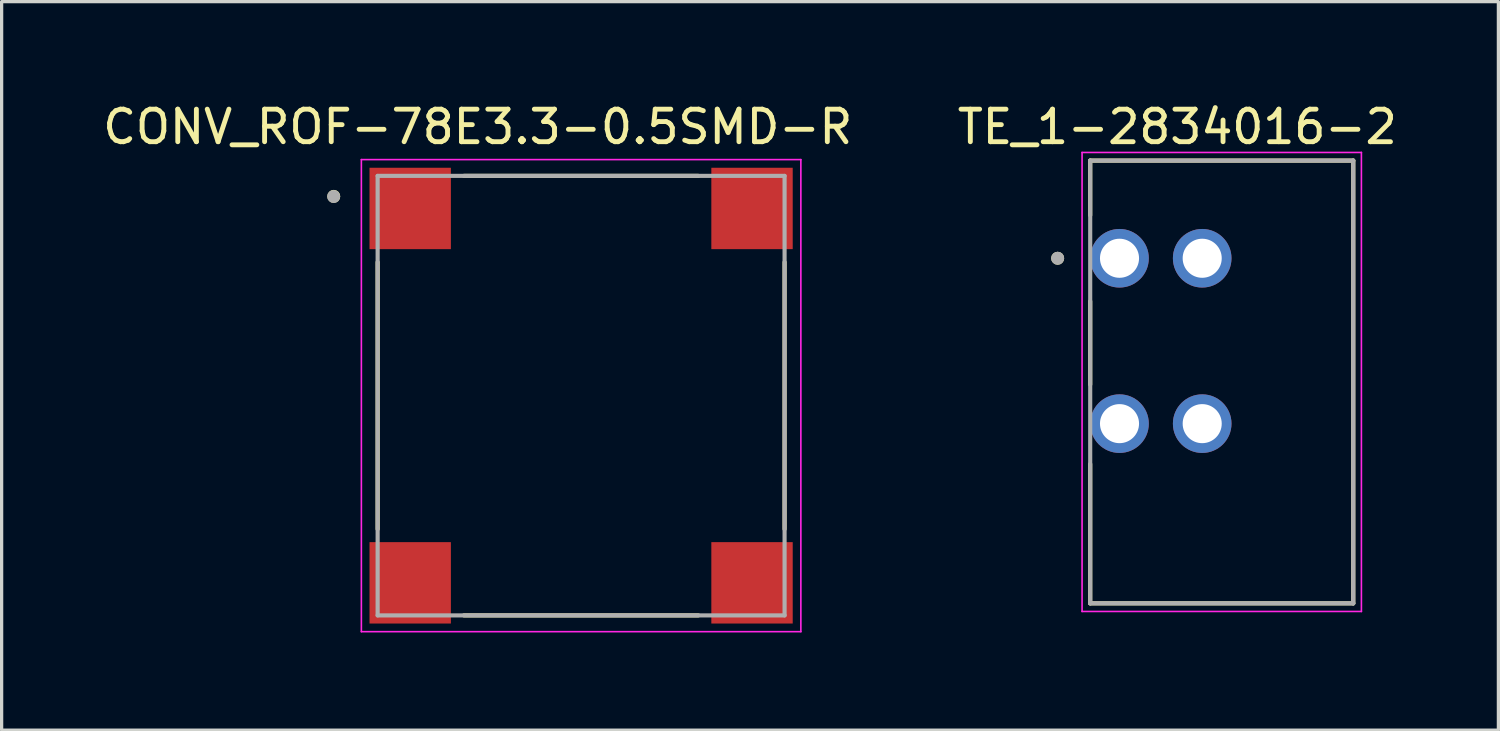
<source format=kicad_pcb>
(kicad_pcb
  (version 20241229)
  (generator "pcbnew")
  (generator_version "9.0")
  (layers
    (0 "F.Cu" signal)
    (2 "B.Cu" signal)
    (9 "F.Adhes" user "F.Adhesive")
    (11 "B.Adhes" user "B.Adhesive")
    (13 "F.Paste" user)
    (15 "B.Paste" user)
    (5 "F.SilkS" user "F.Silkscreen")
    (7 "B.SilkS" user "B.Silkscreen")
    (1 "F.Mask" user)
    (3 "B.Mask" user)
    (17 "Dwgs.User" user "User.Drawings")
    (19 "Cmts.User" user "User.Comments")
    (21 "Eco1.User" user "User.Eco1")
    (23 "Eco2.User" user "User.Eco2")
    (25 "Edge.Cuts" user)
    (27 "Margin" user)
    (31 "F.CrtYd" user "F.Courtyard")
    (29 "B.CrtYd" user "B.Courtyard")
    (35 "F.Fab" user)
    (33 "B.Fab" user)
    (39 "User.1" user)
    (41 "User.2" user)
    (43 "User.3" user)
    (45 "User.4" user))
  (footprint "CONV_ROF-78E3.3-0.5SMD-R"
    (layer "F.Cu")
    (at 14.8 9.103)
    (property "Reference" "CONV_ROF-78E3.3-0.5SMD-R" (at -3.175 -8.255 0) (layer "F.SilkS") (effects (font (size 1 1) (thickness 0.15))))
    (attr through_hole)
    (fp_line (start -6.25 4.1) (end -6.25 -4.1) (stroke (width 0.127) (type solid)) (layer "F.SilkS"))
    (fp_line (start -3.6 -6.75) (end 3.6 -6.75) (stroke (width 0.127) (type solid)) (layer "F.SilkS"))
    (fp_line (start 3.6 6.75) (end -3.6 6.75) (stroke (width 0.127) (type solid)) (layer "F.SilkS"))
    (fp_line (start 6.25 -4.1) (end 6.25 4.1) (stroke (width 0.127) (type solid)) (layer "F.SilkS"))
    (fp_circle (center -7.598 -6.121) (end -7.498 -6.121) (stroke (width 0.2) (type solid)) (fill no) (layer "F.SilkS"))
    (fp_line (start -6.75 -7.25) (end -6.75 7.25) (stroke (width 0.05) (type solid)) (layer "F.CrtYd"))
    (fp_line (start -6.75 7.25) (end 6.75 7.25) (stroke (width 0.05) (type solid)) (layer "F.CrtYd"))
    (fp_line (start 6.75 -7.25) (end -6.75 -7.25) (stroke (width 0.05) (type solid)) (layer "F.CrtYd"))
    (fp_line (start 6.75 7.25) (end 6.75 -7.25) (stroke (width 0.05) (type solid)) (layer "F.CrtYd"))
    (fp_line (start -6.25 -6.75) (end 6.25 -6.75) (stroke (width 0.127) (type solid)) (layer "F.Fab"))
    (fp_line (start -6.25 6.75) (end -6.25 -6.75) (stroke (width 0.127) (type solid)) (layer "F.Fab"))
    (fp_line (start 6.25 -6.75) (end 6.25 6.75) (stroke (width 0.127) (type solid)) (layer "F.Fab"))
    (fp_line (start 6.25 6.75) (end -6.25 6.75) (stroke (width 0.127) (type solid)) (layer "F.Fab"))
    (fp_circle (center -7.601 -6.116) (end -7.501 -6.116) (stroke (width 0.2) (type solid)) (fill no) (layer "F.Fab"))
    (pad "1" smd rect (at -5.25 -5.75) (size 2.5 2.5) (layers "F.Cu" "F.Mask" "F.Paste"))
    (pad "2" smd rect (at 5.25 -5.75) (size 2.5 2.5) (layers "F.Cu" "F.Mask" "F.Paste"))
    (pad "3" smd rect (at 5.25 5.75) (size 2.5 2.5) (layers "F.Cu" "F.Mask" "F.Paste"))
    (pad "4" smd rect (at -5.25 5.75) (size 2.5 2.5) (layers "F.Cu" "F.Mask" "F.Paste")))
  (footprint "TE_1-2834016-2"
    (layer "F.Cu")
    (at 31.338 4.883)
    (property "Reference" "TE_1-2834016-2" (at 1.775 -4.035 0) (layer "F.SilkS") (effects (font (size 1 1) (thickness 0.15))))
    (attr through_hole)
    (fp_line (start -0.9 -3) (end 7.18 -3) (stroke (width 0.127) (type solid)) (layer "F.SilkS"))
    (fp_line (start -0.9 -1.32) (end -0.9 -3) (stroke (width 0.127) (type solid)) (layer "F.SilkS"))
    (fp_line (start -0.9 3.88) (end -0.9 1.32) (stroke (width 0.127) (type solid)) (layer "F.SilkS"))
    (fp_line (start -0.9 10.6) (end -0.9 6.32) (stroke (width 0.127) (type solid)) (layer "F.SilkS"))
    (fp_line (start 7.18 -3) (end 7.18 10.6) (stroke (width 0.127) (type solid)) (layer "F.SilkS"))
    (fp_line (start 7.18 10.6) (end -0.9 10.6) (stroke (width 0.127) (type solid)) (layer "F.SilkS"))
    (fp_circle (center -1.9 0) (end -1.8 0) (stroke (width 0.2) (type solid)) (fill no) (layer "F.SilkS"))
    (fp_line (start -1.15 -3.25) (end 7.43 -3.25) (stroke (width 0.05) (type solid)) (layer "F.CrtYd"))
    (fp_line (start -1.15 10.85) (end -1.15 -3.25) (stroke (width 0.05) (type solid)) (layer "F.CrtYd"))
    (fp_line (start 7.43 -3.25) (end 7.43 10.85) (stroke (width 0.05) (type solid)) (layer "F.CrtYd"))
    (fp_line (start 7.43 10.85) (end -1.15 10.85) (stroke (width 0.05) (type solid)) (layer "F.CrtYd"))
    (fp_line (start -0.9 -3) (end 7.18 -3) (stroke (width 0.127) (type solid)) (layer "F.Fab"))
    (fp_line (start -0.9 10.6) (end -0.9 -3) (stroke (width 0.127) (type solid)) (layer "F.Fab"))
    (fp_line (start 7.18 -3) (end 7.18 10.6) (stroke (width 0.127) (type solid)) (layer "F.Fab"))
    (fp_line (start 7.18 10.6) (end -0.9 10.6) (stroke (width 0.127) (type solid)) (layer "F.Fab"))
    (fp_circle (center -1.9 0) (end -1.8 0) (stroke (width 0.2) (type solid)) (fill no) (layer "F.Fab"))
    (pad "1.1" thru_hole circle (at 0 0) (size 1.8 1.8) (drill 1.2) (layers "*.Cu" "*.Mask"))
    (pad "1.2" thru_hole circle (at 0 5.08) (size 1.8 1.8) (drill 1.2) (layers "*.Cu" "*.Mask"))
    (pad "2.1" thru_hole circle (at 2.54 0) (size 1.8 1.8) (drill 1.2) (layers "*.Cu" "*.Mask"))
    (pad "2.2" thru_hole circle (at 2.54 5.08) (size 1.8 1.8) (drill 1.2) (layers "*.Cu" "*.Mask")))
  (gr_rect
    (start -3 -3)
    (end 42.976 19.378)
    (stroke (width 0.1) (type default))
    (fill no)
    (layer "Edge.Cuts")))
</source>
